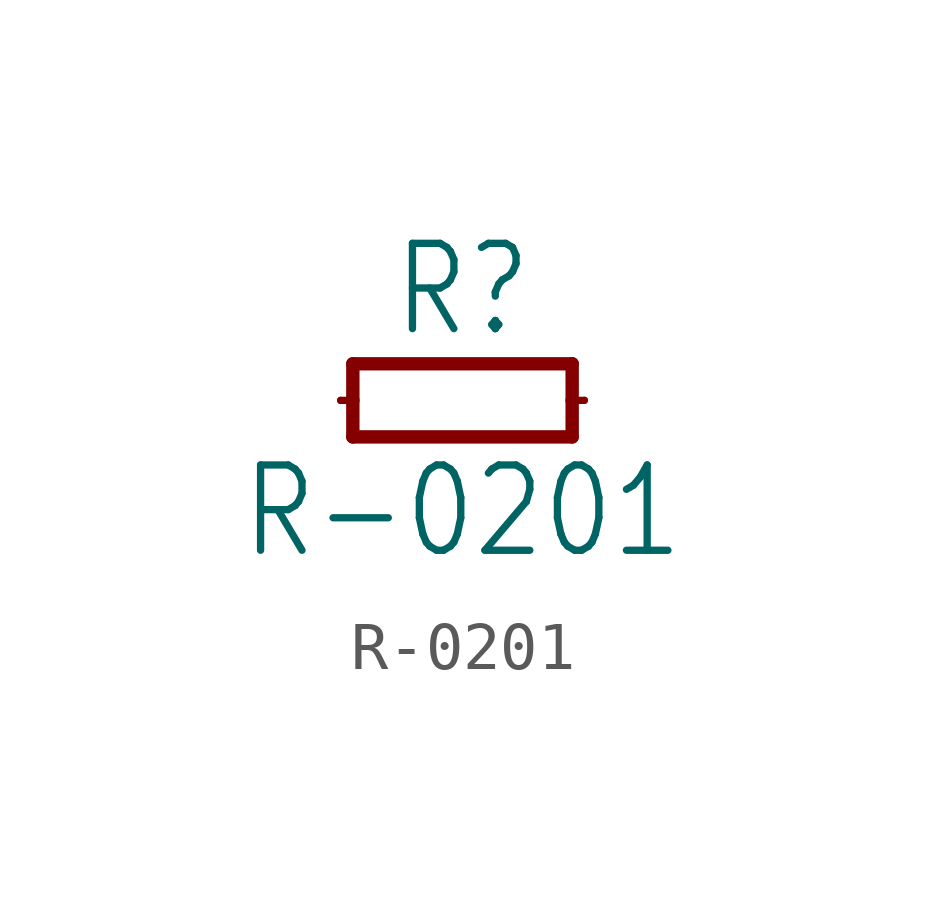
<source format=kicad_sym>
(kicad_symbol_lib
  (version 20211014)
  (generator kicad_symbol_editor)
  (symbol "R-0201"
    (property "Reference" "R"
      (at 0 1.27 0)
      (effects (font (size 1.778 1.511)) (justify bottom)))
    (property "Value" "R-0201"
      (at 0 -1.27 0)
      (effects (font (size 1.778 1.511)) (justify top)))
    (property "ki_locked" ""
      (at 0 0 0)
      (effects (font (size 1.27 1.27))))
    (symbol "R-0201_1_0"
      (polyline (pts (xy -2.54 0) (xy -2.286 0)) (stroke (width 0.152) (type default) (color 0 0 0 0)) (fill (type none)))
      (polyline (pts (xy -2.286 -0.762) (xy -2.286 0)) (stroke (width 0.279) (type default) (color 0 0 0 0)) (fill (type none)))
      (polyline (pts (xy -2.286 -0.762) (xy 2.286 -0.762)) (stroke (width 0.279) (type default) (color 0 0 0 0)) (fill (type none)))
      (polyline (pts (xy -2.286 0) (xy -2.286 0.762)) (stroke (width 0.279) (type default) (color 0 0 0 0)) (fill (type none)))
      (polyline (pts (xy -2.286 0.762) (xy 2.286 0.762)) (stroke (width 0.279) (type default) (color 0 0 0 0)) (fill (type none)))
      (polyline (pts (xy 2.286 0) (xy 2.286 -0.762)) (stroke (width 0.279) (type default) (color 0 0 0 0)) (fill (type none)))
      (polyline (pts (xy 2.286 0) (xy 2.54 0)) (stroke (width 0.152) (type default) (color 0 0 0 0)) (fill (type none)))
      (polyline (pts (xy 2.286 0.762) (xy 2.286 0)) (stroke (width 0.279) (type default) (color 0 0 0 0)) (fill (type none)))
      (pin passive line (at -2.54 0 0) (length 0) (name "1" (effects (font (size 0 0)))) (number "1" (effects (font (size 0 0)))))
      (pin passive line (at 2.54 0 180) (length 0) (name "2" (effects (font (size 0 0)))) (number "2" (effects (font (size 0 0))))))))
</source>
